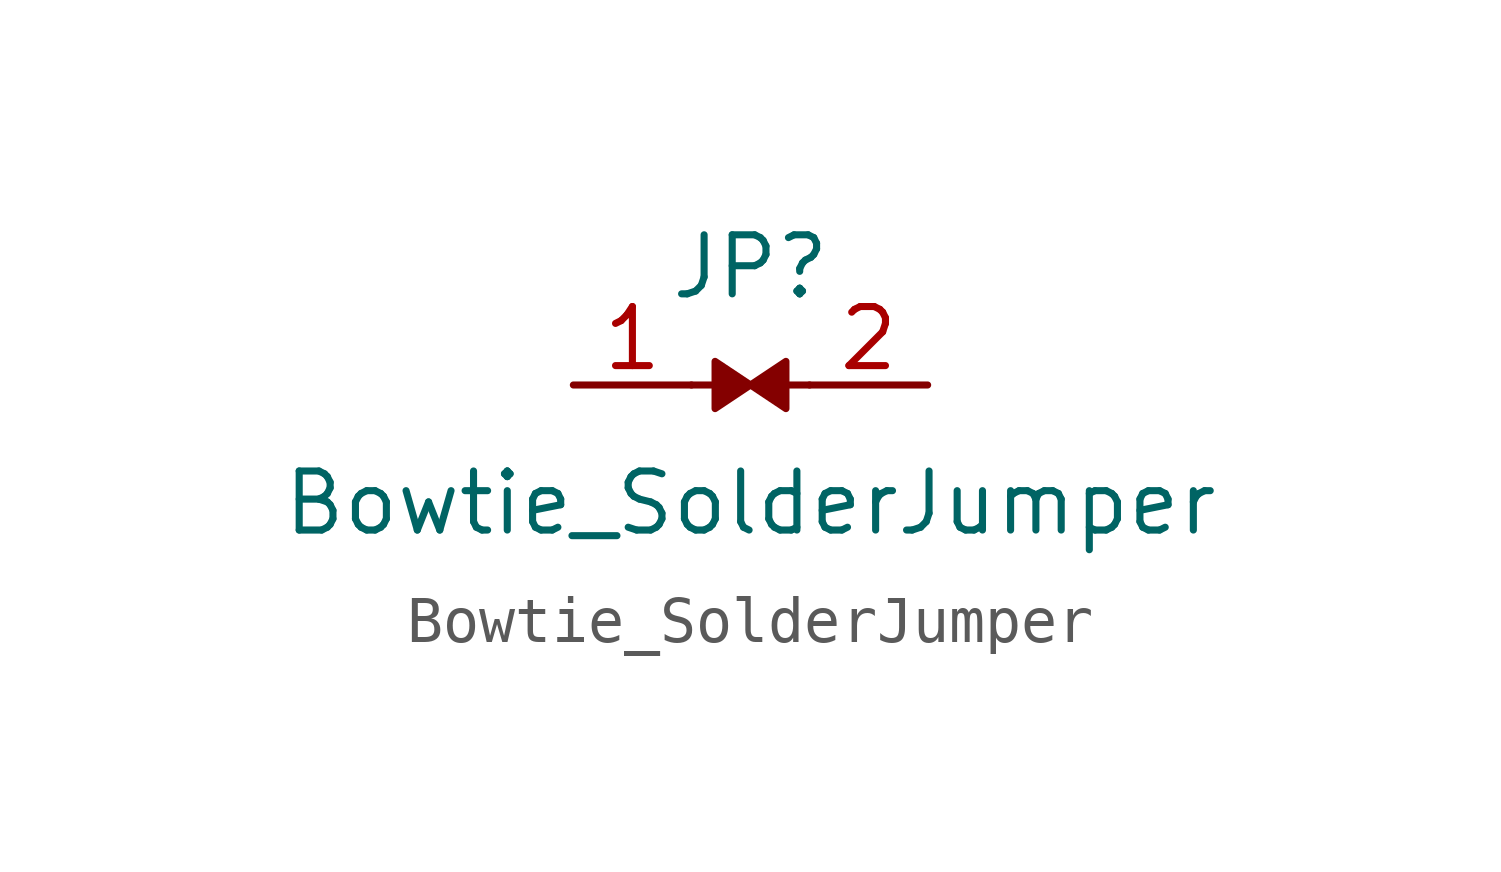
<source format=kicad_sym>
(kicad_symbol_lib
  (version 20211014)
  (generator kicad_symbol_editor)
  (symbol "Bowtie_SolderJumper"
    (pin_names
      (offset 0) hide)
    (property "Reference" "JP"
      (at 0 2.54 0)
      (effects (font (size 1.27 1.27))))
    (property "Value" "Bowtie_SolderJumper"
      (at 0 -2.54 0)
      (effects (font (size 1.27 1.27))))
    (symbol "Bowtie_SolderJumper_0_1"
      (polyline (pts (xy -1.27 0) (xy -0.635 0)) (stroke (width 0) (type default) (color 0 0 0 0)) (fill (type none)))
      (polyline (pts (xy 1.27 0) (xy 0.635 0)) (stroke (width 0) (type default) (color 0 0 0 0)) (fill (type none)))
      (polyline (pts (xy 0 0) (xy -0.762 0.508) (xy -0.762 -0.508) (xy 0 0)) (stroke (width 0) (type default) (color 0 0 0 0)) (fill (type outline)))
      (polyline (pts (xy 0 0) (xy 0.762 0.508) (xy 0.762 -0.508) (xy 0 0)) (stroke (width 0) (type default) (color 0 0 0 0)) (fill (type outline))))
    (symbol "Bowtie_SolderJumper_1_1"
      (pin passive line (at -3.81 0 0) (length 2.54) (name "A" (effects (font (size 1.27 1.27)))) (number "1" (effects (font (size 1.27 1.27)))))
      (pin passive line (at 3.81 0 180) (length 2.54) (name "B" (effects (font (size 1.27 1.27)))) (number "2" (effects (font (size 1.27 1.27))))))))
</source>
